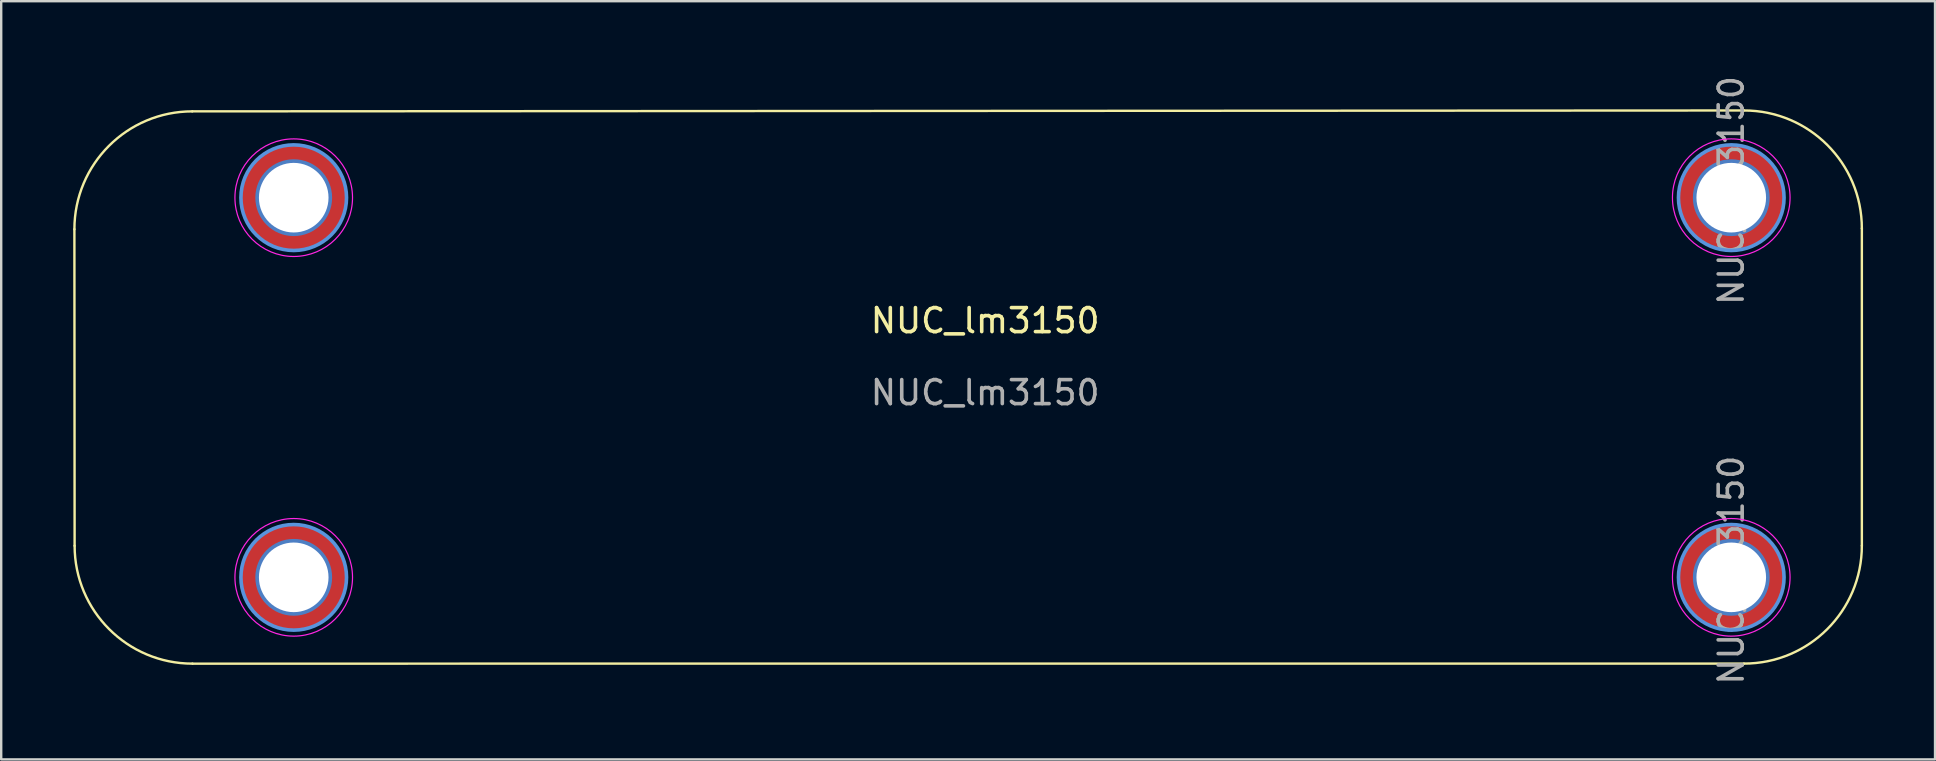
<source format=kicad_pcb>
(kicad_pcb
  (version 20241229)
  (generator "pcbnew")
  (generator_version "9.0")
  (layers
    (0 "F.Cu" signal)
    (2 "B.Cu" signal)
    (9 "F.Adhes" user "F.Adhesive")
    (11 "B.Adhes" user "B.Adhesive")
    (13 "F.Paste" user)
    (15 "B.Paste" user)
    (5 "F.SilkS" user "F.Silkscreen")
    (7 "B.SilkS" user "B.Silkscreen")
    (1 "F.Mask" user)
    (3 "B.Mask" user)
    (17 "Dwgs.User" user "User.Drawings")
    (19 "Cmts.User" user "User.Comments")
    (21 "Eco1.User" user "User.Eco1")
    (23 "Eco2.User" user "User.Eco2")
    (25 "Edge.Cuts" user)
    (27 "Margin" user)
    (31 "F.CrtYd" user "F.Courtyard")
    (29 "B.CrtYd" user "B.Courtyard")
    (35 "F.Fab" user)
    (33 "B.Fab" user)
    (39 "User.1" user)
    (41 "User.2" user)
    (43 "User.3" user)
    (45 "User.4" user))
  (footprint "NUC_lm3150"
    (layer "F.Cu")
    (at 38.123 11.799)
    (property "Reference" "NUC_lm3150" (at -0.123 -1.487 0) (unlocked yes) (layer "F.SilkS") (effects (font (size 1 1) (thickness 0.15))))
    (fp_line (start -38.073 -5.297) (end -38.064 7.893) (stroke (width 0.1) (type solid)) (layer "F.SilkS"))
    (fp_line (start -33.152 12.804) (end 31.496 12.802) (stroke (width 0.1) (type solid)) (layer "F.SilkS"))
    (fp_line (start 31.496 -10.246) (end -33.161 -10.209) (stroke (width 0.1) (type solid)) (layer "F.SilkS"))
    (fp_line (start 36.408 7.89) (end 36.408 -5.334) (stroke (width 0.1) (type solid)) (layer "F.SilkS"))
    (fp_arc (start -38.0728 -5.296899) (mid -36.634218 -8.769946) (end -33.161172 -10.208527) (stroke (width 0.1) (type solid)) (layer "F.SilkS"))
    (fp_arc (start -33.151955 12.804239) (mid -36.624998 11.365655) (end -38.063583 7.892611) (stroke (width 0.1) (type solid)) (layer "F.SilkS"))
    (fp_arc (start 31.495972 -10.245672) (mid 34.969051 -8.807102) (end 36.4076 -5.334044) (stroke (width 0.1) (type solid)) (layer "F.SilkS"))
    (fp_arc (start 36.4076 7.890428) (mid 34.969018 11.363475) (end 31.495972 12.802056) (stroke (width 0.1) (type solid)) (layer "F.SilkS"))
    (fp_circle (center -28.934 -6.612) (end -28.934 -8.812) (stroke (width 0.15) (type solid)) (fill no) (layer "Cmts.User"))
    (fp_circle (center -28.934 9.208) (end -26.734 9.208) (stroke (width 0.15) (type solid)) (fill no) (layer "Cmts.User"))
    (fp_circle (center 30.966 -6.612) (end 30.966 -8.812) (stroke (width 0.15) (type solid)) (fill no) (layer "Cmts.User"))
    (fp_circle (center 30.966 9.208) (end 30.966 7.008) (stroke (width 0.15) (type solid)) (fill no) (layer "Cmts.User"))
    (fp_circle (center -28.934 -6.612) (end -28.934 -9.062) (stroke (width 0.05) (type solid)) (fill no) (layer "F.CrtYd"))
    (fp_circle (center -28.934 9.208) (end -26.484 9.208) (stroke (width 0.05) (type solid)) (fill no) (layer "F.CrtYd"))
    (fp_circle (center 30.966 -6.612) (end 30.966 -9.062) (stroke (width 0.05) (type solid)) (fill no) (layer "F.CrtYd"))
    (fp_circle (center 30.966 9.208) (end 30.966 6.758) (stroke (width 0.05) (type solid)) (fill no) (layer "F.CrtYd"))
    (fp_text user "${REFERENCE}" (at 30.966 8.908 90) (layer "F.Fab") (effects (font (size 1 1) (thickness 0.15))))
    (fp_text user "${REFERENCE}" (at -0.123 1.513 0) (unlocked yes) (layer "F.Fab") (effects (font (size 1 1) (thickness 0.15))))
    (fp_text user "${REFERENCE}" (at 30.966 -6.912 90) (layer "F.Fab") (effects (font (size 1 1) (thickness 0.15))))
    (pad "MP" thru_hole circle (at -28.934 -6.612 90) (size 3.2 3.2) (drill 2.9) (layers "*.Cu" "*.Mask"))
    (pad "MP" connect circle (at -28.934 -6.612 90) (size 4.4 4.4) (layers "F.Cu" "F.Mask"))
    (pad "MP" thru_hole circle (at -28.934 9.208) (size 3.2 3.2) (drill 2.9) (layers "*.Cu" "*.Mask"))
    (pad "MP" connect circle (at -28.934 9.208) (size 4.4 4.4) (layers "F.Cu" "F.Mask"))
    (pad "MP" thru_hole circle (at 30.966 -6.612 90) (size 3.2 3.2) (drill 2.9) (layers "*.Cu" "*.Mask"))
    (pad "MP" connect circle (at 30.966 -6.612 90) (size 4.4 4.4) (layers "F.Cu" "F.Mask"))
    (pad "MP" thru_hole circle (at 30.966 9.208 90) (size 3.2 3.2) (drill 2.9) (layers "*.Cu" "*.Mask"))
    (pad "MP" connect circle (at 30.966 9.208 90) (size 4.4 4.4) (layers "F.Cu" "F.Mask")))
  (gr_rect
    (start -3 -3)
    (end 77.58 28.593)
    (stroke (width 0.1) (type default))
    (fill no)
    (layer "Edge.Cuts")))
</source>
